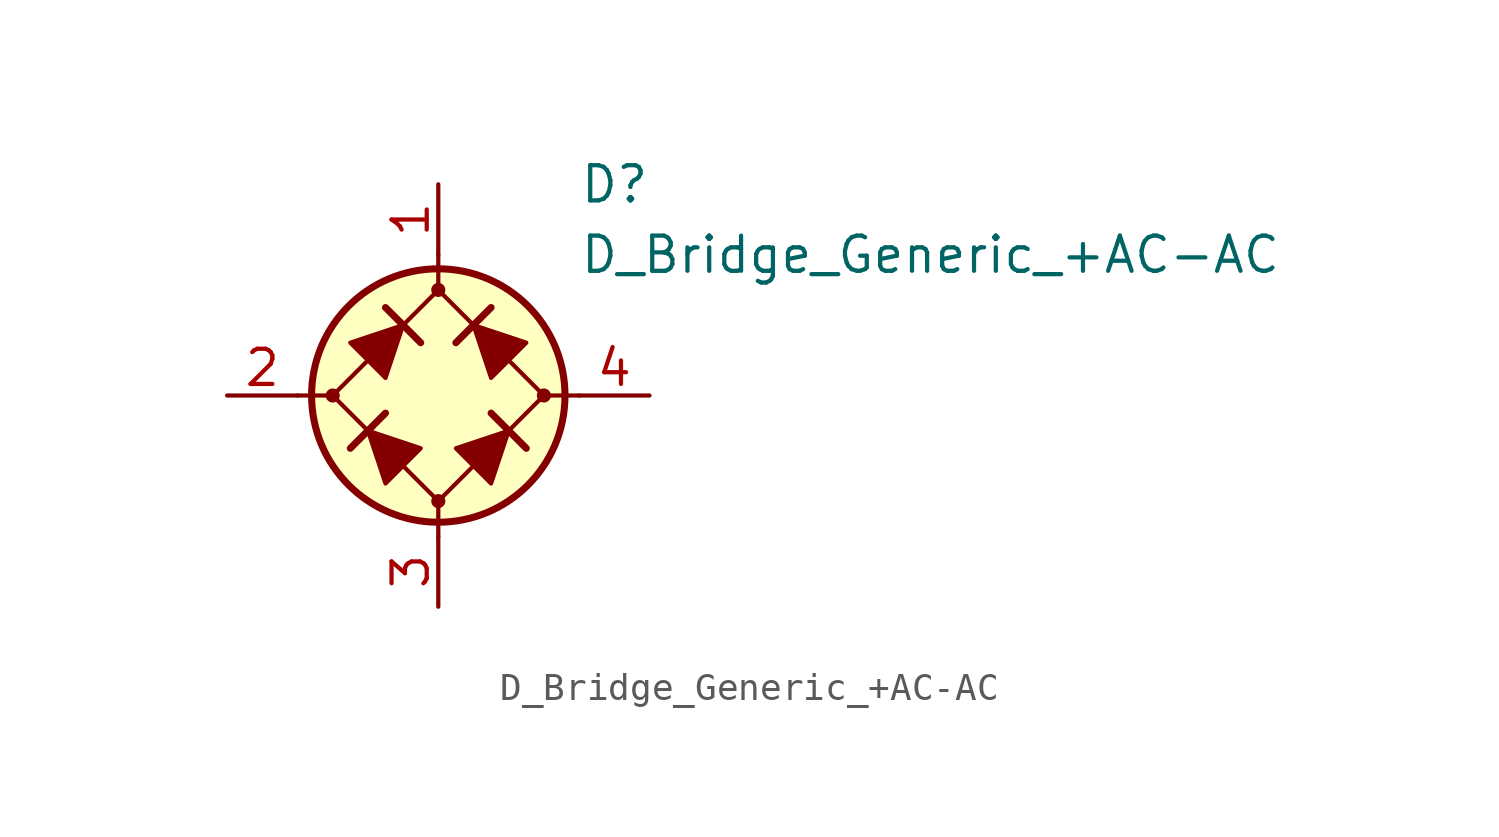
<source format=kicad_sym>
(kicad_symbol_lib
  (version 20201005)
  (generator kicad_symbol_editor)
  (symbol "Diode_Bridge_AKL:D_Bridge_Generic_+AC-AC"
    (pin_names
      (offset 1.016) hide)
    (property "Reference" "D"
      (at 5.08 7.62 0)
      (effects (font (size 1.27 1.27)) (justify left)))
    (property "Value" "D_Bridge_Generic_+AC-AC"
      (at 5.08 5.08 0)
      (effects (font (size 1.27 1.27)) (justify left)))
    (symbol "D_Bridge_Generic_+AC-AC_0_1"
      (circle (center -3.81 0) (radius 0.178) (stroke (width 0)) (fill (type outline)))
      (circle (center 0 0) (radius 4.572) (stroke (width 0.254)) (fill (type background)))
      (polyline (pts (xy -5.08 0) (xy -3.81 0)) (stroke (width 0)) (fill (type none)))
      (polyline (pts (xy -1.905 -0.635) (xy -3.175 -1.905)) (stroke (width 0.254)) (fill (type none)))
      (polyline (pts (xy -1.905 3.175) (xy -0.635 1.905)) (stroke (width 0.254)) (fill (type none)))
      (polyline (pts (xy 0 -5.08) (xy 0 -3.81)) (stroke (width 0)) (fill (type none)))
      (polyline (pts (xy 0 5.08) (xy 0 3.81)) (stroke (width 0)) (fill (type none)))
      (polyline (pts (xy 1.905 3.175) (xy 0.635 1.905)) (stroke (width 0.254)) (fill (type none)))
      (polyline (pts (xy 3.175 -1.905) (xy 1.905 -0.635)) (stroke (width 0.254)) (fill (type none)))
      (polyline (pts (xy 5.08 0) (xy 3.81 0)) (stroke (width 0)) (fill (type none)))
      (polyline (pts (xy 0 3.81) (xy -3.81 0) (xy 0 -3.81) (xy 3.81 0) (xy 0 3.81)) (stroke (width 0)) (fill (type none)))
      (polyline (pts (xy -2.54 -1.27) (xy -1.905 -3.175) (xy -0.635 -1.905) (xy -2.54 -1.27)) (stroke (width 0)) (fill (type outline)))
      (polyline (pts (xy -1.27 2.54) (xy -1.905 0.635) (xy -3.175 1.905) (xy -1.27 2.54)) (stroke (width 0)) (fill (type outline)))
      (polyline (pts (xy 1.27 2.54) (xy 3.175 1.905) (xy 1.905 0.635) (xy 1.27 2.54)) (stroke (width 0)) (fill (type outline)))
      (polyline (pts (xy 2.54 -1.27) (xy 0.635 -1.905) (xy 1.905 -3.175) (xy 2.54 -1.27)) (stroke (width 0)) (fill (type outline))))
    (symbol "D_Bridge_Generic_+AC-AC_1_1"
      (circle (center 0 -3.81) (radius 0.178) (stroke (width 0)) (fill (type outline)))
      (circle (center 0 3.81) (radius 0.178) (stroke (width 0)) (fill (type outline)))
      (circle (center 3.81 0) (radius 0.178) (stroke (width 0)) (fill (type outline)))
      (pin passive line (at 0 7.62 270) (length 2.54) (name "+" (effects (font (size 1.27 1.27)))) (number "1" (effects (font (size 1.27 1.27)))))
      (pin passive line (at -7.62 0 0) (length 2.54) (name "1" (effects (font (size 1.27 1.27)))) (number "2" (effects (font (size 1.27 1.27)))))
      (pin passive line (at 0 -7.62 90) (length 2.54) (name "-" (effects (font (size 1.27 1.27)))) (number "3" (effects (font (size 1.27 1.27)))))
      (pin passive line (at 7.62 0 180) (length 2.54) (name "2" (effects (font (size 1.27 1.27)))) (number "4" (effects (font (size 1.27 1.27))))))))
</source>
